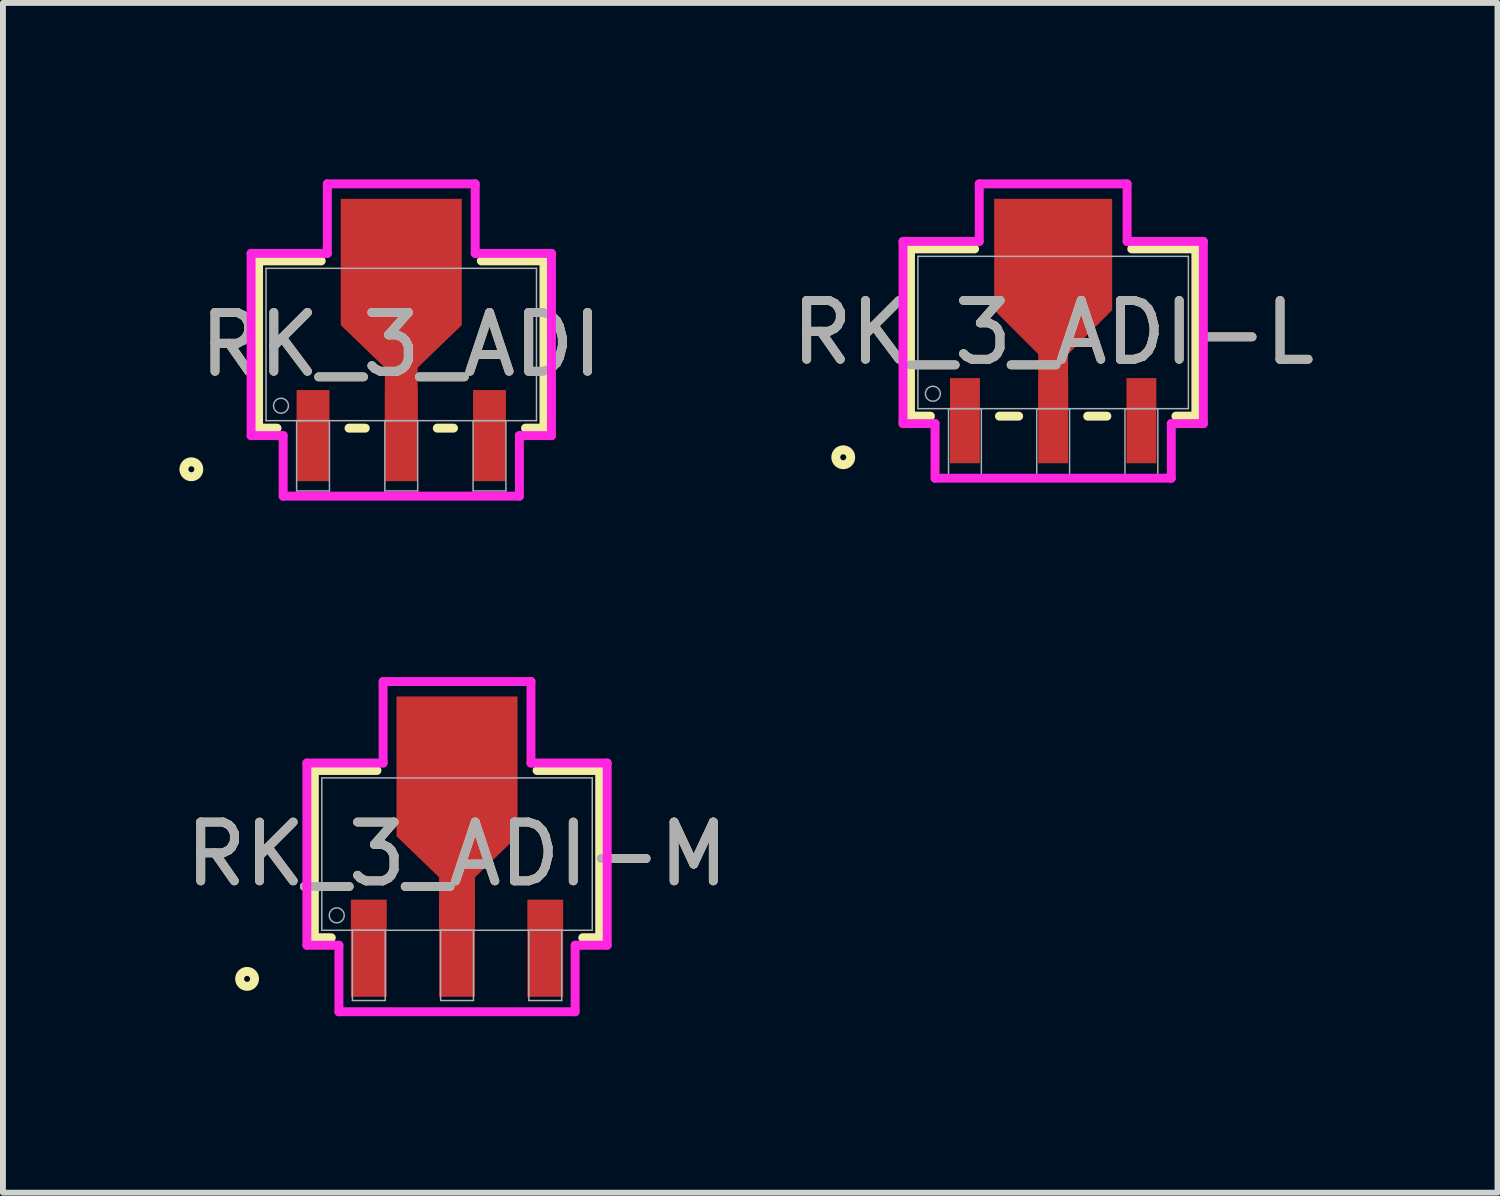
<source format=kicad_pcb>
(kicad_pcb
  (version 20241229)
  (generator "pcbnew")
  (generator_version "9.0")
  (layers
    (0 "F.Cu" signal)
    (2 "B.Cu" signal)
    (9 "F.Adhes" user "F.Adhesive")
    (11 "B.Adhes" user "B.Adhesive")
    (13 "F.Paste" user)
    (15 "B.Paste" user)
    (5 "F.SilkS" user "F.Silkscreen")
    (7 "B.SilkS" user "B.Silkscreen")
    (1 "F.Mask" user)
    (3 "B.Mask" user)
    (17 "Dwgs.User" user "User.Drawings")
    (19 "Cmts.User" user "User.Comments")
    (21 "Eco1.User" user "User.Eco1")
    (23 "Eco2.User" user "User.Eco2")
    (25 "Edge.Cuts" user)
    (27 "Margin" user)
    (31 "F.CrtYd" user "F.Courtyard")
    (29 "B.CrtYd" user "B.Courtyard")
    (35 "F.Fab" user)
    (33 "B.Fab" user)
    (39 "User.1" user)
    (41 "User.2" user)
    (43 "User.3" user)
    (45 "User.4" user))
  (footprint "RK_3_ADI"
    (layer "F.Cu")
    (at 3.772 2.807)
    (property "Reference" "RK_3_ADI" (at 0 0 0) (unlocked yes) (layer "F.SilkS") (effects (font (size 1 1) (thickness 0.15))))
    (attr smd)
    (fp_poly (pts (xy -0.279 1.295) (xy -0.279 0.394) (xy -1.029 -0.33) (xy -1.029 -2.477) (xy -0.527 -2.477) (xy 0.527 -2.477) (xy 1.029 -2.477) (xy 1.029 -0.33) (xy 0.279 0.394) (xy 0.279 1.295)) (stroke (width 0) (type solid)) (fill yes) (layer "F.Cu"))
    (fp_poly (pts (xy -0.279 1.295) (xy -0.279 0.394) (xy -1.029 -0.33) (xy -1.029 -2.477) (xy 1.029 -2.477) (xy 1.029 -0.33) (xy 0.279 0.394) (xy 0.279 1.295)) (stroke (width 0) (type solid)) (fill yes) (layer "F.Mask"))
    (fp_line (start -2.426 -1.422) (end -2.426 1.422) (stroke (width 0.152) (type solid)) (layer "F.SilkS"))
    (fp_line (start -2.426 1.422) (end -2.112 1.422) (stroke (width 0.152) (type solid)) (layer "F.SilkS"))
    (fp_line (start -1.361 -1.422) (end -2.426 -1.422) (stroke (width 0.152) (type solid)) (layer "F.SilkS"))
    (fp_line (start -0.888 1.422) (end -0.612 1.422) (stroke (width 0.152) (type solid)) (layer "F.SilkS"))
    (fp_line (start 0.612 1.422) (end 0.888 1.422) (stroke (width 0.152) (type solid)) (layer "F.SilkS"))
    (fp_line (start 2.112 1.422) (end 2.426 1.422) (stroke (width 0.152) (type solid)) (layer "F.SilkS"))
    (fp_line (start 2.426 -1.422) (end 1.361 -1.422) (stroke (width 0.152) (type solid)) (layer "F.SilkS"))
    (fp_line (start 2.426 1.422) (end 2.426 -1.422) (stroke (width 0.152) (type solid)) (layer "F.SilkS"))
    (fp_circle (center -3.569 2.121) (end -3.442 2.121) (stroke (width 0.152) (type solid)) (fill no) (layer "F.SilkS"))
    (fp_poly (pts (xy -0.279 1.295) (xy -0.279 0.394) (xy -1.029 -0.33) (xy -1.029 -2.477) (xy 1.029 -2.477) (xy 1.029 -0.33) (xy 0.279 0.394) (xy 0.279 1.295)) (stroke (width 0) (type solid)) (fill yes) (layer "F.Paste"))
    (fp_line (start -2.553 -1.549) (end -1.257 -1.549) (stroke (width 0.152) (type solid)) (layer "F.CrtYd"))
    (fp_line (start -2.553 1.549) (end -2.553 -1.549) (stroke (width 0.152) (type solid)) (layer "F.CrtYd"))
    (fp_line (start -2.008 1.549) (end -2.553 1.549) (stroke (width 0.152) (type solid)) (layer "F.CrtYd"))
    (fp_line (start -2.008 2.578) (end -2.008 1.549) (stroke (width 0.152) (type solid)) (layer "F.CrtYd"))
    (fp_line (start -1.257 -2.731) (end 1.257 -2.731) (stroke (width 0.152) (type solid)) (layer "F.CrtYd"))
    (fp_line (start -1.257 -1.549) (end -1.257 -2.731) (stroke (width 0.152) (type solid)) (layer "F.CrtYd"))
    (fp_line (start 1.257 -2.731) (end 1.257 -1.549) (stroke (width 0.152) (type solid)) (layer "F.CrtYd"))
    (fp_line (start 1.257 -1.549) (end 2.553 -1.549) (stroke (width 0.152) (type solid)) (layer "F.CrtYd"))
    (fp_line (start 2.008 1.549) (end 2.008 2.578) (stroke (width 0.152) (type solid)) (layer "F.CrtYd"))
    (fp_line (start 2.008 2.578) (end -2.008 2.578) (stroke (width 0.152) (type solid)) (layer "F.CrtYd"))
    (fp_line (start 2.553 -1.549) (end 2.553 1.549) (stroke (width 0.152) (type solid)) (layer "F.CrtYd"))
    (fp_line (start 2.553 1.549) (end 2.008 1.549) (stroke (width 0.152) (type solid)) (layer "F.CrtYd"))
    (fp_line (start -2.299 -1.295) (end -2.299 1.295) (stroke (width 0.025) (type solid)) (layer "F.Fab"))
    (fp_line (start -2.299 1.295) (end 2.299 1.295) (stroke (width 0.025) (type solid)) (layer "F.Fab"))
    (fp_line (start -1.779 1.295) (end -1.779 2.489) (stroke (width 0.025) (type solid)) (layer "F.Fab"))
    (fp_line (start -1.779 2.489) (end -1.221 2.489) (stroke (width 0.025) (type solid)) (layer "F.Fab"))
    (fp_line (start -1.221 1.295) (end -1.779 1.295) (stroke (width 0.025) (type solid)) (layer "F.Fab"))
    (fp_line (start -1.221 2.489) (end -1.221 1.295) (stroke (width 0.025) (type solid)) (layer "F.Fab"))
    (fp_line (start -0.279 1.295) (end -0.279 2.489) (stroke (width 0.025) (type solid)) (layer "F.Fab"))
    (fp_line (start -0.279 2.489) (end 0.279 2.489) (stroke (width 0.025) (type solid)) (layer "F.Fab"))
    (fp_line (start 0.279 1.295) (end -0.279 1.295) (stroke (width 0.025) (type solid)) (layer "F.Fab"))
    (fp_line (start 0.279 2.489) (end 0.279 1.295) (stroke (width 0.025) (type solid)) (layer "F.Fab"))
    (fp_line (start 1.221 1.295) (end 1.221 2.489) (stroke (width 0.025) (type solid)) (layer "F.Fab"))
    (fp_line (start 1.221 2.489) (end 1.779 2.489) (stroke (width 0.025) (type solid)) (layer "F.Fab"))
    (fp_line (start 1.779 1.295) (end 1.221 1.295) (stroke (width 0.025) (type solid)) (layer "F.Fab"))
    (fp_line (start 1.779 2.489) (end 1.779 1.295) (stroke (width 0.025) (type solid)) (layer "F.Fab"))
    (fp_line (start 2.299 -1.295) (end -2.299 -1.295) (stroke (width 0.025) (type solid)) (layer "F.Fab"))
    (fp_line (start 2.299 1.295) (end 2.299 -1.295) (stroke (width 0.025) (type solid)) (layer "F.Fab"))
    (fp_circle (center -2.045 1.041) (end -1.918 1.041) (stroke (width 0.025) (type solid)) (fill no) (layer "F.Fab"))
    (fp_text user "${REFERENCE}" (at 0 0 0) (unlocked yes) (layer "F.Fab") (effects (font (size 1 1) (thickness 0.15))))
    (pad "1" smd rect (at -1.5 1.549) (size 0.559 1.549) (layers "F.Cu" "F.Mask" "F.Paste"))
    (pad "2" smd rect (at 0 1.549) (size 0.559 1.549) (layers "F.Cu" "F.Mask" "F.Paste"))
    (pad "3" smd rect (at 1.5 1.549) (size 0.559 1.549) (layers "F.Cu" "F.Mask" "F.Paste")))
  (footprint "RK_3_ADI-L"
    (layer "F.Cu")
    (at 14.855 2.603)
    (property "Reference" "RK_3_ADI-L" (at 0 0 0) (unlocked yes) (layer "F.SilkS") (effects (font (size 1 1) (thickness 0.15))))
    (attr smd)
    (fp_poly (pts (xy -0.254 1.295) (xy -0.254 0.368) (xy -1.003 -0.381) (xy -1.003 -2.273) (xy -0.502 -2.273) (xy 0.502 -2.273) (xy 1.003 -2.273) (xy 1.003 -0.381) (xy 0.254 0.368) (xy 0.254 1.295)) (stroke (width 0) (type solid)) (fill yes) (layer "F.Cu"))
    (fp_poly (pts (xy -0.254 1.295) (xy -0.254 0.368) (xy -1.003 -0.381) (xy -1.003 -2.273) (xy 1.003 -2.273) (xy 1.003 -0.381) (xy 0.254 0.368) (xy 0.254 1.295)) (stroke (width 0) (type solid)) (fill yes) (layer "F.Mask"))
    (fp_line (start -2.426 -1.422) (end -2.426 1.422) (stroke (width 0.152) (type solid)) (layer "F.SilkS"))
    (fp_line (start -2.426 1.422) (end -2.087 1.422) (stroke (width 0.152) (type solid)) (layer "F.SilkS"))
    (fp_line (start -1.336 -1.422) (end -2.426 -1.422) (stroke (width 0.152) (type solid)) (layer "F.SilkS"))
    (fp_line (start -0.913 1.422) (end -0.587 1.422) (stroke (width 0.152) (type solid)) (layer "F.SilkS"))
    (fp_line (start 0.587 1.422) (end 0.913 1.422) (stroke (width 0.152) (type solid)) (layer "F.SilkS"))
    (fp_line (start 2.087 1.422) (end 2.426 1.422) (stroke (width 0.152) (type solid)) (layer "F.SilkS"))
    (fp_line (start 2.426 -1.422) (end 1.336 -1.422) (stroke (width 0.152) (type solid)) (layer "F.SilkS"))
    (fp_line (start 2.426 1.422) (end 2.426 -1.422) (stroke (width 0.152) (type solid)) (layer "F.SilkS"))
    (fp_circle (center -3.569 2.121) (end -3.442 2.121) (stroke (width 0.152) (type solid)) (fill no) (layer "F.SilkS"))
    (fp_poly (pts (xy -0.254 1.295) (xy -0.254 0.368) (xy -1.003 -0.381) (xy -1.003 -2.273) (xy 1.003 -2.273) (xy 1.003 -0.381) (xy 0.254 0.368) (xy 0.254 1.295)) (stroke (width 0) (type solid)) (fill yes) (layer "F.Paste"))
    (fp_line (start -2.553 -1.549) (end -1.257 -1.549) (stroke (width 0.152) (type solid)) (layer "F.CrtYd"))
    (fp_line (start -2.553 1.549) (end -2.553 -1.549) (stroke (width 0.152) (type solid)) (layer "F.CrtYd"))
    (fp_line (start -2.008 1.549) (end -2.553 1.549) (stroke (width 0.152) (type solid)) (layer "F.CrtYd"))
    (fp_line (start -2.008 2.477) (end -2.008 1.549) (stroke (width 0.152) (type solid)) (layer "F.CrtYd"))
    (fp_line (start -1.257 -2.527) (end 1.257 -2.527) (stroke (width 0.152) (type solid)) (layer "F.CrtYd"))
    (fp_line (start -1.257 -1.549) (end -1.257 -2.527) (stroke (width 0.152) (type solid)) (layer "F.CrtYd"))
    (fp_line (start 1.257 -2.527) (end 1.257 -1.549) (stroke (width 0.152) (type solid)) (layer "F.CrtYd"))
    (fp_line (start 1.257 -1.549) (end 2.553 -1.549) (stroke (width 0.152) (type solid)) (layer "F.CrtYd"))
    (fp_line (start 2.008 1.549) (end 2.008 2.477) (stroke (width 0.152) (type solid)) (layer "F.CrtYd"))
    (fp_line (start 2.008 2.477) (end -2.008 2.477) (stroke (width 0.152) (type solid)) (layer "F.CrtYd"))
    (fp_line (start 2.553 -1.549) (end 2.553 1.549) (stroke (width 0.152) (type solid)) (layer "F.CrtYd"))
    (fp_line (start 2.553 1.549) (end 2.008 1.549) (stroke (width 0.152) (type solid)) (layer "F.CrtYd"))
    (fp_line (start -2.299 -1.295) (end -2.299 1.295) (stroke (width 0.025) (type solid)) (layer "F.Fab"))
    (fp_line (start -2.299 1.295) (end 2.299 1.295) (stroke (width 0.025) (type solid)) (layer "F.Fab"))
    (fp_line (start -1.779 1.295) (end -1.779 2.489) (stroke (width 0.025) (type solid)) (layer "F.Fab"))
    (fp_line (start -1.779 2.489) (end -1.221 2.489) (stroke (width 0.025) (type solid)) (layer "F.Fab"))
    (fp_line (start -1.221 1.295) (end -1.779 1.295) (stroke (width 0.025) (type solid)) (layer "F.Fab"))
    (fp_line (start -1.221 2.489) (end -1.221 1.295) (stroke (width 0.025) (type solid)) (layer "F.Fab"))
    (fp_line (start -0.279 1.295) (end -0.279 2.489) (stroke (width 0.025) (type solid)) (layer "F.Fab"))
    (fp_line (start -0.279 2.489) (end 0.279 2.489) (stroke (width 0.025) (type solid)) (layer "F.Fab"))
    (fp_line (start 0.279 1.295) (end -0.279 1.295) (stroke (width 0.025) (type solid)) (layer "F.Fab"))
    (fp_line (start 0.279 2.489) (end 0.279 1.295) (stroke (width 0.025) (type solid)) (layer "F.Fab"))
    (fp_line (start 1.221 1.295) (end 1.221 2.489) (stroke (width 0.025) (type solid)) (layer "F.Fab"))
    (fp_line (start 1.221 2.489) (end 1.779 2.489) (stroke (width 0.025) (type solid)) (layer "F.Fab"))
    (fp_line (start 1.779 1.295) (end 1.221 1.295) (stroke (width 0.025) (type solid)) (layer "F.Fab"))
    (fp_line (start 1.779 2.489) (end 1.779 1.295) (stroke (width 0.025) (type solid)) (layer "F.Fab"))
    (fp_line (start 2.299 -1.295) (end -2.299 -1.295) (stroke (width 0.025) (type solid)) (layer "F.Fab"))
    (fp_line (start 2.299 1.295) (end 2.299 -1.295) (stroke (width 0.025) (type solid)) (layer "F.Fab"))
    (fp_circle (center -2.045 1.041) (end -1.918 1.041) (stroke (width 0.025) (type solid)) (fill no) (layer "F.Fab"))
    (fp_text user "${REFERENCE}" (at 0 0 0) (unlocked yes) (layer "F.Fab") (effects (font (size 1 1) (thickness 0.15))))
    (pad "1" smd rect (at -1.5 1.499) (size 0.508 1.448) (layers "F.Cu" "F.Mask" "F.Paste"))
    (pad "2" smd rect (at 0 1.499) (size 0.508 1.448) (layers "F.Cu" "F.Mask" "F.Paste"))
    (pad "3" smd rect (at 1.5 1.499) (size 0.508 1.448) (layers "F.Cu" "F.Mask" "F.Paste")))
  (footprint "RK_3_ADI-M"
    (layer "F.Cu")
    (at 4.72 11.471)
    (property "Reference" "RK_3_ADI-M" (at 0 0 0) (unlocked yes) (layer "F.SilkS") (effects (font (size 1 1) (thickness 0.15))))
    (attr smd)
    (fp_poly (pts (xy -0.305 1.295) (xy -0.305 0.394) (xy -1.029 -0.305) (xy -1.029 -2.68) (xy -0.527 -2.68) (xy 0.527 -2.68) (xy 1.029 -2.68) (xy 1.029 -0.305) (xy 0.305 0.394) (xy 0.305 1.295)) (stroke (width 0) (type solid)) (fill yes) (layer "F.Cu"))
    (fp_poly (pts (xy -0.305 1.295) (xy -0.305 0.394) (xy -1.029 -0.305) (xy -1.029 -2.68) (xy 1.029 -2.68) (xy 1.029 -0.305) (xy 0.305 0.394) (xy 0.305 1.295)) (stroke (width 0) (type solid)) (fill yes) (layer "F.Mask"))
    (fp_line (start -2.426 -1.422) (end -2.426 1.422) (stroke (width 0.152) (type solid)) (layer "F.SilkS"))
    (fp_line (start -2.426 1.422) (end -2.138 1.422) (stroke (width 0.152) (type solid)) (layer "F.SilkS"))
    (fp_line (start -1.361 -1.422) (end -2.426 -1.422) (stroke (width 0.152) (type solid)) (layer "F.SilkS"))
    (fp_line (start 2.138 1.422) (end 2.426 1.422) (stroke (width 0.152) (type solid)) (layer "F.SilkS"))
    (fp_line (start 2.426 -1.422) (end 1.361 -1.422) (stroke (width 0.152) (type solid)) (layer "F.SilkS"))
    (fp_line (start 2.426 1.422) (end 2.426 -1.422) (stroke (width 0.152) (type solid)) (layer "F.SilkS"))
    (fp_circle (center -3.569 2.121) (end -3.442 2.121) (stroke (width 0.152) (type solid)) (fill no) (layer "F.SilkS"))
    (fp_poly (pts (xy -0.305 1.295) (xy -0.305 0.394) (xy -1.029 -0.305) (xy -1.029 -2.68) (xy 1.029 -2.68) (xy 1.029 -0.305) (xy 0.305 0.394) (xy 0.305 1.295)) (stroke (width 0) (type solid)) (fill yes) (layer "F.Paste"))
    (fp_line (start -2.553 -1.549) (end -1.257 -1.549) (stroke (width 0.152) (type solid)) (layer "F.CrtYd"))
    (fp_line (start -2.553 1.549) (end -2.553 -1.549) (stroke (width 0.152) (type solid)) (layer "F.CrtYd"))
    (fp_line (start -2.008 1.549) (end -2.553 1.549) (stroke (width 0.152) (type solid)) (layer "F.CrtYd"))
    (fp_line (start -2.008 2.68) (end -2.008 1.549) (stroke (width 0.152) (type solid)) (layer "F.CrtYd"))
    (fp_line (start -1.257 -2.934) (end 1.257 -2.934) (stroke (width 0.152) (type solid)) (layer "F.CrtYd"))
    (fp_line (start -1.257 -1.549) (end -1.257 -2.934) (stroke (width 0.152) (type solid)) (layer "F.CrtYd"))
    (fp_line (start 1.257 -2.934) (end 1.257 -1.549) (stroke (width 0.152) (type solid)) (layer "F.CrtYd"))
    (fp_line (start 1.257 -1.549) (end 2.553 -1.549) (stroke (width 0.152) (type solid)) (layer "F.CrtYd"))
    (fp_line (start 2.008 1.549) (end 2.008 2.68) (stroke (width 0.152) (type solid)) (layer "F.CrtYd"))
    (fp_line (start 2.008 2.68) (end -2.008 2.68) (stroke (width 0.152) (type solid)) (layer "F.CrtYd"))
    (fp_line (start 2.553 -1.549) (end 2.553 1.549) (stroke (width 0.152) (type solid)) (layer "F.CrtYd"))
    (fp_line (start 2.553 1.549) (end 2.008 1.549) (stroke (width 0.152) (type solid)) (layer "F.CrtYd"))
    (fp_line (start -2.299 -1.295) (end -2.299 1.295) (stroke (width 0.025) (type solid)) (layer "F.Fab"))
    (fp_line (start -2.299 1.295) (end 2.299 1.295) (stroke (width 0.025) (type solid)) (layer "F.Fab"))
    (fp_line (start -1.779 1.295) (end -1.779 2.489) (stroke (width 0.025) (type solid)) (layer "F.Fab"))
    (fp_line (start -1.779 2.489) (end -1.221 2.489) (stroke (width 0.025) (type solid)) (layer "F.Fab"))
    (fp_line (start -1.221 1.295) (end -1.779 1.295) (stroke (width 0.025) (type solid)) (layer "F.Fab"))
    (fp_line (start -1.221 2.489) (end -1.221 1.295) (stroke (width 0.025) (type solid)) (layer "F.Fab"))
    (fp_line (start -0.279 1.295) (end -0.279 2.489) (stroke (width 0.025) (type solid)) (layer "F.Fab"))
    (fp_line (start -0.279 2.489) (end 0.279 2.489) (stroke (width 0.025) (type solid)) (layer "F.Fab"))
    (fp_line (start 0.279 1.295) (end -0.279 1.295) (stroke (width 0.025) (type solid)) (layer "F.Fab"))
    (fp_line (start 0.279 2.489) (end 0.279 1.295) (stroke (width 0.025) (type solid)) (layer "F.Fab"))
    (fp_line (start 1.221 1.295) (end 1.221 2.489) (stroke (width 0.025) (type solid)) (layer "F.Fab"))
    (fp_line (start 1.221 2.489) (end 1.779 2.489) (stroke (width 0.025) (type solid)) (layer "F.Fab"))
    (fp_line (start 1.779 1.295) (end 1.221 1.295) (stroke (width 0.025) (type solid)) (layer "F.Fab"))
    (fp_line (start 1.779 2.489) (end 1.779 1.295) (stroke (width 0.025) (type solid)) (layer "F.Fab"))
    (fp_line (start 2.299 -1.295) (end -2.299 -1.295) (stroke (width 0.025) (type solid)) (layer "F.Fab"))
    (fp_line (start 2.299 1.295) (end 2.299 -1.295) (stroke (width 0.025) (type solid)) (layer "F.Fab"))
    (fp_circle (center -2.045 1.041) (end -1.918 1.041) (stroke (width 0.025) (type solid)) (fill no) (layer "F.Fab"))
    (fp_text user "${REFERENCE}" (at 0 0 0) (unlocked yes) (layer "F.Fab") (effects (font (size 1 1) (thickness 0.15))))
    (pad "1" smd rect (at -1.5 1.6) (size 0.61 1.651) (layers "F.Cu" "F.Mask" "F.Paste"))
    (pad "2" smd rect (at 0 1.6) (size 0.61 1.651) (layers "F.Cu" "F.Mask" "F.Paste"))
    (pad "3" smd rect (at 1.5 1.6) (size 0.61 1.651) (layers "F.Cu" "F.Mask" "F.Paste")))
  (gr_rect
    (start -3 -3)
    (end 22.409 17.227)
    (stroke (width 0.1) (type default))
    (fill no)
    (layer "Edge.Cuts")))
</source>
